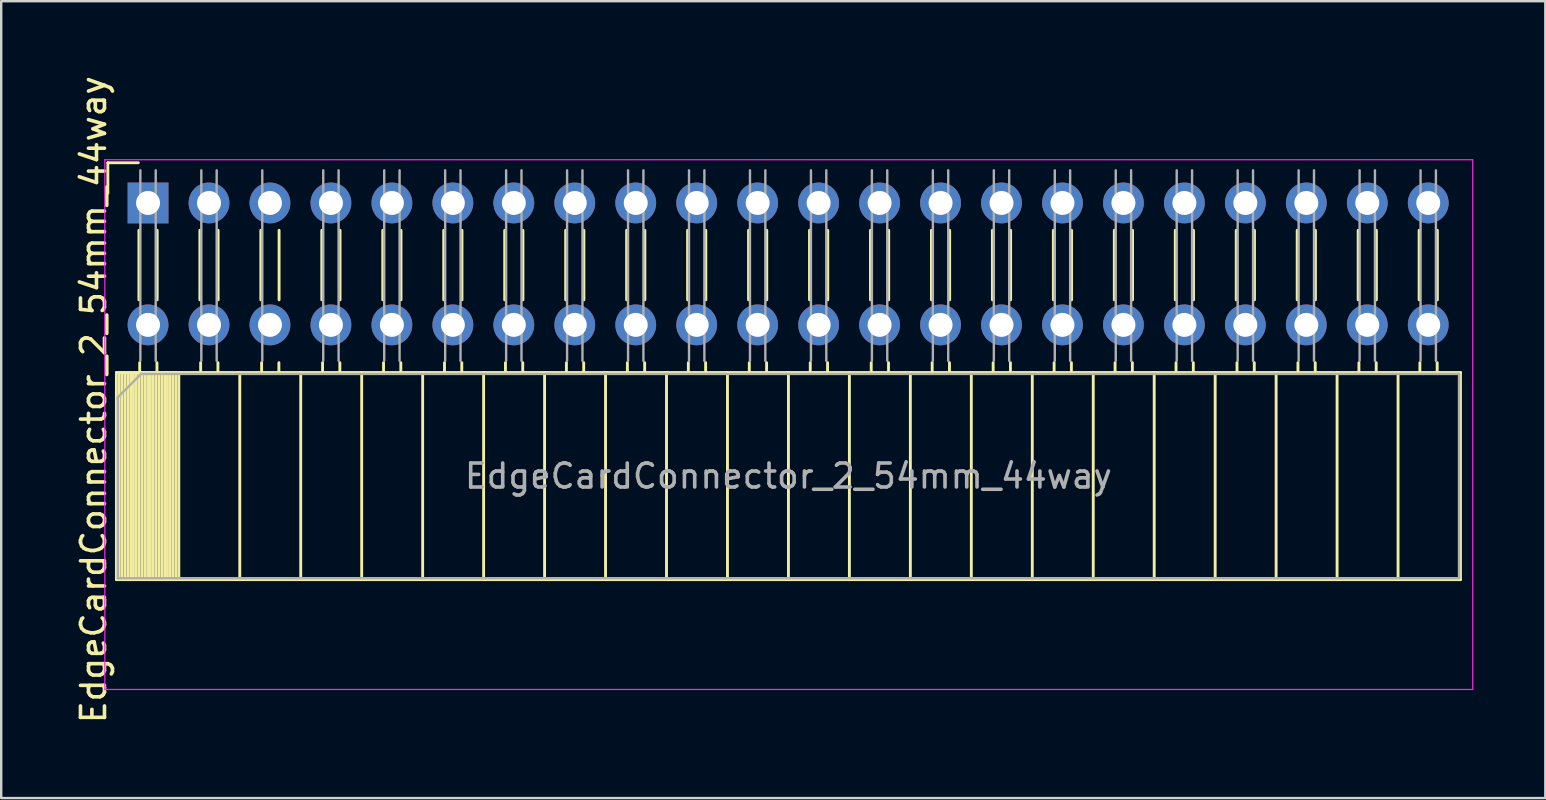
<source format=kicad_pcb>
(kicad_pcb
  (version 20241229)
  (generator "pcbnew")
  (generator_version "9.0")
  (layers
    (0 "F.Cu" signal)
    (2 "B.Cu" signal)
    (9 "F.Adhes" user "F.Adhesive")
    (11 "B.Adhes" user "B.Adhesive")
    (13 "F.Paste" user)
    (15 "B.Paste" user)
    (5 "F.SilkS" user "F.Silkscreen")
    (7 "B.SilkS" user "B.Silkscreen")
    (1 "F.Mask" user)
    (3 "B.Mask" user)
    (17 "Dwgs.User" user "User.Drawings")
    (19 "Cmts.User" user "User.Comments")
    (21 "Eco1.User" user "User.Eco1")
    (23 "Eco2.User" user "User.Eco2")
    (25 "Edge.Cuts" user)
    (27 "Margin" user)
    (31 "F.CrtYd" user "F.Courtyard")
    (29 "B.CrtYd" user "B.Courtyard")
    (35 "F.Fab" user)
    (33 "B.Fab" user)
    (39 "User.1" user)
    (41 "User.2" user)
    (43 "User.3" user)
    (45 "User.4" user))
  (footprint "EdgeCardConnector_2_54mm_44way"
    (layer "F.Cu")
    (at 33.661 18.312)
    (property "Reference" "EdgeCardConnector_2_54mm_44way" (at -32.813 -4.711 270) (layer "F.SilkS") (effects (font (size 1 1) (thickness 0.15))))
    (attr through_hole)
    (fp_line (start -32.218 -14.581) (end -32.218 -13.311) (stroke (width 0.12) (type solid)) (layer "F.SilkS"))
    (fp_line (start -31.861 -5.842) (end 24.139 -5.842) (stroke (width 0.12) (type solid)) (layer "F.SilkS"))
    (fp_line (start -31.861 2.788) (end -31.861 -5.842) (stroke (width 0.12) (type solid)) (layer "F.SilkS"))
    (fp_line (start -31.861 2.788) (end 24.139 2.788) (stroke (width 0.12) (type solid)) (layer "F.SilkS"))
    (fp_line (start -31.741 2.788) (end -31.741 -5.842) (stroke (width 0.12) (type solid)) (layer "F.SilkS"))
    (fp_line (start -31.623 2.788) (end -31.623 -5.842) (stroke (width 0.12) (type solid)) (layer "F.SilkS"))
    (fp_line (start -31.505 2.788) (end -31.505 -5.842) (stroke (width 0.12) (type solid)) (layer "F.SilkS"))
    (fp_line (start -31.387 2.788) (end -31.387 -5.842) (stroke (width 0.12) (type solid)) (layer "F.SilkS"))
    (fp_line (start -31.268 2.788) (end -31.268 -5.842) (stroke (width 0.12) (type solid)) (layer "F.SilkS"))
    (fp_line (start -31.15 2.788) (end -31.15 -5.842) (stroke (width 0.12) (type solid)) (layer "F.SilkS"))
    (fp_line (start -31.032 2.788) (end -31.032 -5.842) (stroke (width 0.12) (type solid)) (layer "F.SilkS"))
    (fp_line (start -30.948 -14.581) (end -32.218 -14.581) (stroke (width 0.12) (type solid)) (layer "F.SilkS"))
    (fp_line (start -30.923 -11.766) (end -30.923 -8.869) (stroke (width 0.12) (type solid)) (layer "F.SilkS"))
    (fp_line (start -30.914 2.788) (end -30.914 -5.842) (stroke (width 0.12) (type solid)) (layer "F.SilkS"))
    (fp_line (start -30.891 -5.842) (end -30.891 -6.252) (stroke (width 0.12) (type solid)) (layer "F.SilkS"))
    (fp_line (start -30.796 2.788) (end -30.796 -5.842) (stroke (width 0.12) (type solid)) (layer "F.SilkS"))
    (fp_line (start -30.678 2.788) (end -30.678 -5.842) (stroke (width 0.12) (type solid)) (layer "F.SilkS"))
    (fp_line (start -30.56 2.788) (end -30.56 -5.842) (stroke (width 0.12) (type solid)) (layer "F.SilkS"))
    (fp_line (start -30.442 2.788) (end -30.442 -5.842) (stroke (width 0.12) (type solid)) (layer "F.SilkS"))
    (fp_line (start -30.324 2.788) (end -30.324 -5.842) (stroke (width 0.12) (type solid)) (layer "F.SilkS"))
    (fp_line (start -30.206 2.788) (end -30.206 -5.842) (stroke (width 0.12) (type solid)) (layer "F.SilkS"))
    (fp_line (start -30.171 -5.842) (end -30.171 -6.252) (stroke (width 0.12) (type solid)) (layer "F.SilkS"))
    (fp_line (start -30.163 -11.766) (end -30.163 -8.869) (stroke (width 0.12) (type solid)) (layer "F.SilkS"))
    (fp_line (start -30.087 2.788) (end -30.087 -5.842) (stroke (width 0.12) (type solid)) (layer "F.SilkS"))
    (fp_line (start -29.969 2.788) (end -29.969 -5.842) (stroke (width 0.12) (type solid)) (layer "F.SilkS"))
    (fp_line (start -29.851 2.788) (end -29.851 -5.842) (stroke (width 0.12) (type solid)) (layer "F.SilkS"))
    (fp_line (start -29.733 2.788) (end -29.733 -5.842) (stroke (width 0.12) (type solid)) (layer "F.SilkS"))
    (fp_line (start -29.615 2.788) (end -29.615 -5.842) (stroke (width 0.12) (type solid)) (layer "F.SilkS"))
    (fp_line (start -29.497 2.788) (end -29.497 -5.842) (stroke (width 0.12) (type solid)) (layer "F.SilkS"))
    (fp_line (start -29.379 2.788) (end -29.379 -5.842) (stroke (width 0.12) (type solid)) (layer "F.SilkS"))
    (fp_line (start -29.261 2.788) (end -29.261 -5.842) (stroke (width 0.12) (type solid)) (layer "F.SilkS"))
    (fp_line (start -28.383 -11.766) (end -28.383 -8.869) (stroke (width 0.12) (type solid)) (layer "F.SilkS"))
    (fp_line (start -28.351 -5.842) (end -28.351 -6.252) (stroke (width 0.12) (type solid)) (layer "F.SilkS"))
    (fp_line (start -27.631 -5.842) (end -27.631 -6.252) (stroke (width 0.12) (type solid)) (layer "F.SilkS"))
    (fp_line (start -27.623 -11.766) (end -27.623 -8.869) (stroke (width 0.12) (type solid)) (layer "F.SilkS"))
    (fp_line (start -26.721 2.788) (end -26.721 -5.842) (stroke (width 0.12) (type solid)) (layer "F.SilkS"))
    (fp_line (start -25.843 -11.766) (end -25.843 -8.869) (stroke (width 0.12) (type solid)) (layer "F.SilkS"))
    (fp_line (start -25.811 -5.842) (end -25.811 -6.252) (stroke (width 0.12) (type solid)) (layer "F.SilkS"))
    (fp_line (start -25.091 -5.842) (end -25.091 -6.252) (stroke (width 0.12) (type solid)) (layer "F.SilkS"))
    (fp_line (start -25.083 -11.766) (end -25.083 -8.869) (stroke (width 0.12) (type solid)) (layer "F.SilkS"))
    (fp_line (start -24.181 2.788) (end -24.181 -5.842) (stroke (width 0.12) (type solid)) (layer "F.SilkS"))
    (fp_line (start -23.303 -11.766) (end -23.303 -8.869) (stroke (width 0.12) (type solid)) (layer "F.SilkS"))
    (fp_line (start -23.271 -5.842) (end -23.271 -6.252) (stroke (width 0.12) (type solid)) (layer "F.SilkS"))
    (fp_line (start -22.551 -5.842) (end -22.551 -6.252) (stroke (width 0.12) (type solid)) (layer "F.SilkS"))
    (fp_line (start -22.543 -11.766) (end -22.543 -8.869) (stroke (width 0.12) (type solid)) (layer "F.SilkS"))
    (fp_line (start -21.641 2.788) (end -21.641 -5.842) (stroke (width 0.12) (type solid)) (layer "F.SilkS"))
    (fp_line (start -20.763 -11.766) (end -20.763 -8.869) (stroke (width 0.12) (type solid)) (layer "F.SilkS"))
    (fp_line (start -20.731 -5.842) (end -20.731 -6.252) (stroke (width 0.12) (type solid)) (layer "F.SilkS"))
    (fp_line (start -20.011 -5.842) (end -20.011 -6.252) (stroke (width 0.12) (type solid)) (layer "F.SilkS"))
    (fp_line (start -20.003 -11.766) (end -20.003 -8.869) (stroke (width 0.12) (type solid)) (layer "F.SilkS"))
    (fp_line (start -19.101 2.788) (end -19.101 -5.842) (stroke (width 0.12) (type solid)) (layer "F.SilkS"))
    (fp_line (start -18.223 -11.766) (end -18.223 -8.869) (stroke (width 0.12) (type solid)) (layer "F.SilkS"))
    (fp_line (start -18.191 -5.842) (end -18.191 -6.252) (stroke (width 0.12) (type solid)) (layer "F.SilkS"))
    (fp_line (start -17.471 -5.842) (end -17.471 -6.252) (stroke (width 0.12) (type solid)) (layer "F.SilkS"))
    (fp_line (start -17.463 -11.766) (end -17.463 -8.869) (stroke (width 0.12) (type solid)) (layer "F.SilkS"))
    (fp_line (start -16.561 2.788) (end -16.561 -5.842) (stroke (width 0.12) (type solid)) (layer "F.SilkS"))
    (fp_line (start -15.683 -11.766) (end -15.683 -8.869) (stroke (width 0.12) (type solid)) (layer "F.SilkS"))
    (fp_line (start -15.651 -5.842) (end -15.651 -6.252) (stroke (width 0.12) (type solid)) (layer "F.SilkS"))
    (fp_line (start -14.931 -5.842) (end -14.931 -6.252) (stroke (width 0.12) (type solid)) (layer "F.SilkS"))
    (fp_line (start -14.923 -11.766) (end -14.923 -8.869) (stroke (width 0.12) (type solid)) (layer "F.SilkS"))
    (fp_line (start -14.021 2.788) (end -14.021 -5.842) (stroke (width 0.12) (type solid)) (layer "F.SilkS"))
    (fp_line (start -13.143 -11.766) (end -13.143 -8.869) (stroke (width 0.12) (type solid)) (layer "F.SilkS"))
    (fp_line (start -13.111 -5.842) (end -13.111 -6.252) (stroke (width 0.12) (type solid)) (layer "F.SilkS"))
    (fp_line (start -12.391 -5.842) (end -12.391 -6.252) (stroke (width 0.12) (type solid)) (layer "F.SilkS"))
    (fp_line (start -12.383 -11.766) (end -12.383 -8.869) (stroke (width 0.12) (type solid)) (layer "F.SilkS"))
    (fp_line (start -11.481 2.788) (end -11.481 -5.842) (stroke (width 0.12) (type solid)) (layer "F.SilkS"))
    (fp_line (start -10.603 -11.766) (end -10.603 -8.869) (stroke (width 0.12) (type solid)) (layer "F.SilkS"))
    (fp_line (start -10.571 -5.842) (end -10.571 -6.252) (stroke (width 0.12) (type solid)) (layer "F.SilkS"))
    (fp_line (start -9.851 -5.842) (end -9.851 -6.252) (stroke (width 0.12) (type solid)) (layer "F.SilkS"))
    (fp_line (start -9.843 -11.766) (end -9.843 -8.869) (stroke (width 0.12) (type solid)) (layer "F.SilkS"))
    (fp_line (start -8.941 2.788) (end -8.941 -5.842) (stroke (width 0.12) (type solid)) (layer "F.SilkS"))
    (fp_line (start -8.063 -11.766) (end -8.063 -8.869) (stroke (width 0.12) (type solid)) (layer "F.SilkS"))
    (fp_line (start -8.031 -5.842) (end -8.031 -6.252) (stroke (width 0.12) (type solid)) (layer "F.SilkS"))
    (fp_line (start -7.311 -5.842) (end -7.311 -6.252) (stroke (width 0.12) (type solid)) (layer "F.SilkS"))
    (fp_line (start -7.303 -11.766) (end -7.303 -8.869) (stroke (width 0.12) (type solid)) (layer "F.SilkS"))
    (fp_line (start -6.401 2.788) (end -6.401 -5.842) (stroke (width 0.12) (type solid)) (layer "F.SilkS"))
    (fp_line (start -5.523 -11.766) (end -5.523 -8.869) (stroke (width 0.12) (type solid)) (layer "F.SilkS"))
    (fp_line (start -5.491 -5.842) (end -5.491 -6.252) (stroke (width 0.12) (type solid)) (layer "F.SilkS"))
    (fp_line (start -4.771 -5.842) (end -4.771 -6.252) (stroke (width 0.12) (type solid)) (layer "F.SilkS"))
    (fp_line (start -4.763 -11.766) (end -4.763 -8.869) (stroke (width 0.12) (type solid)) (layer "F.SilkS"))
    (fp_line (start -3.861 2.788) (end -3.861 -5.842) (stroke (width 0.12) (type solid)) (layer "F.SilkS"))
    (fp_line (start -2.983 -11.766) (end -2.983 -8.869) (stroke (width 0.12) (type solid)) (layer "F.SilkS"))
    (fp_line (start -2.951 -5.842) (end -2.951 -6.252) (stroke (width 0.12) (type solid)) (layer "F.SilkS"))
    (fp_line (start -2.231 -5.842) (end -2.231 -6.252) (stroke (width 0.12) (type solid)) (layer "F.SilkS"))
    (fp_line (start -2.223 -11.766) (end -2.223 -8.869) (stroke (width 0.12) (type solid)) (layer "F.SilkS"))
    (fp_line (start -1.321 2.788) (end -1.321 -5.842) (stroke (width 0.12) (type solid)) (layer "F.SilkS"))
    (fp_line (start -0.443 -11.766) (end -0.443 -8.869) (stroke (width 0.12) (type solid)) (layer "F.SilkS"))
    (fp_line (start -0.411 -5.842) (end -0.411 -6.252) (stroke (width 0.12) (type solid)) (layer "F.SilkS"))
    (fp_line (start 0.309 -5.842) (end 0.309 -6.252) (stroke (width 0.12) (type solid)) (layer "F.SilkS"))
    (fp_line (start 0.317 -11.766) (end 0.317 -8.869) (stroke (width 0.12) (type solid)) (layer "F.SilkS"))
    (fp_line (start 1.219 2.788) (end 1.219 -5.842) (stroke (width 0.12) (type solid)) (layer "F.SilkS"))
    (fp_line (start 2.097 -11.766) (end 2.097 -8.869) (stroke (width 0.12) (type solid)) (layer "F.SilkS"))
    (fp_line (start 2.129 -5.842) (end 2.129 -6.252) (stroke (width 0.12) (type solid)) (layer "F.SilkS"))
    (fp_line (start 2.849 -5.842) (end 2.849 -6.252) (stroke (width 0.12) (type solid)) (layer "F.SilkS"))
    (fp_line (start 2.857 -11.766) (end 2.857 -8.869) (stroke (width 0.12) (type solid)) (layer "F.SilkS"))
    (fp_line (start 3.759 2.788) (end 3.759 -5.842) (stroke (width 0.12) (type solid)) (layer "F.SilkS"))
    (fp_line (start 4.637 -11.766) (end 4.637 -8.869) (stroke (width 0.12) (type solid)) (layer "F.SilkS"))
    (fp_line (start 4.669 -5.842) (end 4.669 -6.252) (stroke (width 0.12) (type solid)) (layer "F.SilkS"))
    (fp_line (start 5.389 -5.842) (end 5.389 -6.252) (stroke (width 0.12) (type solid)) (layer "F.SilkS"))
    (fp_line (start 5.397 -11.766) (end 5.397 -8.869) (stroke (width 0.12) (type solid)) (layer "F.SilkS"))
    (fp_line (start 6.299 2.788) (end 6.299 -5.842) (stroke (width 0.12) (type solid)) (layer "F.SilkS"))
    (fp_line (start 7.177 -11.766) (end 7.177 -8.869) (stroke (width 0.12) (type solid)) (layer "F.SilkS"))
    (fp_line (start 7.209 -5.842) (end 7.209 -6.252) (stroke (width 0.12) (type solid)) (layer "F.SilkS"))
    (fp_line (start 7.929 -5.842) (end 7.929 -6.252) (stroke (width 0.12) (type solid)) (layer "F.SilkS"))
    (fp_line (start 7.937 -11.766) (end 7.937 -8.869) (stroke (width 0.12) (type solid)) (layer "F.SilkS"))
    (fp_line (start 8.839 2.788) (end 8.839 -5.842) (stroke (width 0.12) (type solid)) (layer "F.SilkS"))
    (fp_line (start 9.717 -11.766) (end 9.717 -8.869) (stroke (width 0.12) (type solid)) (layer "F.SilkS"))
    (fp_line (start 9.749 -5.842) (end 9.749 -6.252) (stroke (width 0.12) (type solid)) (layer "F.SilkS"))
    (fp_line (start 10.469 -5.842) (end 10.469 -6.252) (stroke (width 0.12) (type solid)) (layer "F.SilkS"))
    (fp_line (start 10.477 -11.766) (end 10.477 -8.869) (stroke (width 0.12) (type solid)) (layer "F.SilkS"))
    (fp_line (start 11.379 2.788) (end 11.379 -5.842) (stroke (width 0.12) (type solid)) (layer "F.SilkS"))
    (fp_line (start 12.257 -11.766) (end 12.257 -8.869) (stroke (width 0.12) (type solid)) (layer "F.SilkS"))
    (fp_line (start 12.289 -5.842) (end 12.289 -6.252) (stroke (width 0.12) (type solid)) (layer "F.SilkS"))
    (fp_line (start 13.009 -5.842) (end 13.009 -6.252) (stroke (width 0.12) (type solid)) (layer "F.SilkS"))
    (fp_line (start 13.017 -11.766) (end 13.017 -8.869) (stroke (width 0.12) (type solid)) (layer "F.SilkS"))
    (fp_line (start 13.919 2.788) (end 13.919 -5.842) (stroke (width 0.12) (type solid)) (layer "F.SilkS"))
    (fp_line (start 14.797 -11.766) (end 14.797 -8.869) (stroke (width 0.12) (type solid)) (layer "F.SilkS"))
    (fp_line (start 14.829 -5.842) (end 14.829 -6.252) (stroke (width 0.12) (type solid)) (layer "F.SilkS"))
    (fp_line (start 15.549 -5.842) (end 15.549 -6.252) (stroke (width 0.12) (type solid)) (layer "F.SilkS"))
    (fp_line (start 15.557 -11.766) (end 15.557 -8.869) (stroke (width 0.12) (type solid)) (layer "F.SilkS"))
    (fp_line (start 16.459 2.788) (end 16.459 -5.842) (stroke (width 0.12) (type solid)) (layer "F.SilkS"))
    (fp_line (start 17.337 -11.766) (end 17.337 -8.869) (stroke (width 0.12) (type solid)) (layer "F.SilkS"))
    (fp_line (start 17.369 -5.842) (end 17.369 -6.252) (stroke (width 0.12) (type solid)) (layer "F.SilkS"))
    (fp_line (start 18.089 -5.842) (end 18.089 -6.252) (stroke (width 0.12) (type solid)) (layer "F.SilkS"))
    (fp_line (start 18.097 -11.766) (end 18.097 -8.869) (stroke (width 0.12) (type solid)) (layer "F.SilkS"))
    (fp_line (start 18.999 2.788) (end 18.999 -5.842) (stroke (width 0.12) (type solid)) (layer "F.SilkS"))
    (fp_line (start 19.877 -11.766) (end 19.877 -8.869) (stroke (width 0.12) (type solid)) (layer "F.SilkS"))
    (fp_line (start 19.909 -5.842) (end 19.909 -6.252) (stroke (width 0.12) (type solid)) (layer "F.SilkS"))
    (fp_line (start 20.629 -5.842) (end 20.629 -6.252) (stroke (width 0.12) (type solid)) (layer "F.SilkS"))
    (fp_line (start 20.637 -11.766) (end 20.637 -8.869) (stroke (width 0.12) (type solid)) (layer "F.SilkS"))
    (fp_line (start 21.539 2.788) (end 21.539 -5.842) (stroke (width 0.12) (type solid)) (layer "F.SilkS"))
    (fp_line (start 22.417 -11.766) (end 22.417 -8.869) (stroke (width 0.12) (type solid)) (layer "F.SilkS"))
    (fp_line (start 22.449 -5.842) (end 22.449 -6.252) (stroke (width 0.12) (type solid)) (layer "F.SilkS"))
    (fp_line (start 23.169 -5.842) (end 23.169 -6.252) (stroke (width 0.12) (type solid)) (layer "F.SilkS"))
    (fp_line (start 23.177 -11.766) (end 23.177 -8.869) (stroke (width 0.12) (type solid)) (layer "F.SilkS"))
    (fp_line (start 24.139 2.788) (end 24.139 -5.842) (stroke (width 0.12) (type solid)) (layer "F.SilkS"))
    (fp_line (start -32.343 -14.706) (end 24.65 -14.706) (stroke (width 0.05) (type solid)) (layer "F.CrtYd"))
    (fp_line (start -32.343 7.366) (end -32.343 -14.706) (stroke (width 0.05) (type solid)) (layer "F.CrtYd"))
    (fp_line (start 24.65 -14.706) (end 24.65 7.366) (stroke (width 0.05) (type solid)) (layer "F.CrtYd"))
    (fp_line (start 24.65 7.366) (end -32.343 7.366) (stroke (width 0.05) (type solid)) (layer "F.CrtYd"))
    (fp_line (start -31.801 -4.812) (end -30.831 -5.782) (stroke (width 0.1) (type solid)) (layer "F.Fab"))
    (fp_line (start -31.801 2.728) (end -31.801 -4.812) (stroke (width 0.1) (type solid)) (layer "F.Fab"))
    (fp_line (start -30.863 -14.266) (end -30.863 -6.326) (stroke (width 0.1) (type solid)) (layer "F.Fab"))
    (fp_line (start -30.863 -13.226) (end -30.223 -13.226) (stroke (width 0.1) (type solid)) (layer "F.Fab"))
    (fp_line (start -30.831 -5.782) (end 24.079 -5.782) (stroke (width 0.1) (type solid)) (layer "F.Fab"))
    (fp_line (start -30.223 -14.266) (end -30.223 -6.326) (stroke (width 0.1) (type solid)) (layer "F.Fab"))
    (fp_line (start -28.323 -14.266) (end -28.323 -6.326) (stroke (width 0.1) (type solid)) (layer "F.Fab"))
    (fp_line (start -28.323 -13.226) (end -27.683 -13.226) (stroke (width 0.1) (type solid)) (layer "F.Fab"))
    (fp_line (start -27.683 -14.266) (end -27.683 -6.326) (stroke (width 0.1) (type solid)) (layer "F.Fab"))
    (fp_line (start -25.783 -14.266) (end -25.783 -6.326) (stroke (width 0.1) (type solid)) (layer "F.Fab"))
    (fp_line (start -25.783 -13.226) (end -25.143 -13.226) (stroke (width 0.1) (type solid)) (layer "F.Fab"))
    (fp_line (start -23.243 -14.266) (end -23.243 -6.326) (stroke (width 0.1) (type solid)) (layer "F.Fab"))
    (fp_line (start -23.243 -13.226) (end -22.603 -13.226) (stroke (width 0.1) (type solid)) (layer "F.Fab"))
    (fp_line (start -22.603 -14.266) (end -22.603 -6.326) (stroke (width 0.1) (type solid)) (layer "F.Fab"))
    (fp_line (start -20.703 -14.266) (end -20.703 -6.326) (stroke (width 0.1) (type solid)) (layer "F.Fab"))
    (fp_line (start -20.703 -13.226) (end -20.063 -13.226) (stroke (width 0.1) (type solid)) (layer "F.Fab"))
    (fp_line (start -20.063 -14.266) (end -20.063 -6.326) (stroke (width 0.1) (type solid)) (layer "F.Fab"))
    (fp_line (start -18.163 -14.266) (end -18.163 -6.326) (stroke (width 0.1) (type solid)) (layer "F.Fab"))
    (fp_line (start -18.163 -13.226) (end -17.523 -13.226) (stroke (width 0.1) (type solid)) (layer "F.Fab"))
    (fp_line (start -17.523 -14.266) (end -17.523 -6.326) (stroke (width 0.1) (type solid)) (layer "F.Fab"))
    (fp_line (start -15.623 -14.266) (end -15.623 -6.326) (stroke (width 0.1) (type solid)) (layer "F.Fab"))
    (fp_line (start -15.623 -13.226) (end -14.983 -13.226) (stroke (width 0.1) (type solid)) (layer "F.Fab"))
    (fp_line (start -14.983 -14.266) (end -14.983 -6.326) (stroke (width 0.1) (type solid)) (layer "F.Fab"))
    (fp_line (start -13.083 -14.266) (end -13.083 -6.326) (stroke (width 0.1) (type solid)) (layer "F.Fab"))
    (fp_line (start -13.083 -13.226) (end -12.443 -13.226) (stroke (width 0.1) (type solid)) (layer "F.Fab"))
    (fp_line (start -12.443 -14.266) (end -12.443 -6.326) (stroke (width 0.1) (type solid)) (layer "F.Fab"))
    (fp_line (start -10.543 -14.266) (end -10.543 -6.326) (stroke (width 0.1) (type solid)) (layer "F.Fab"))
    (fp_line (start -10.543 -13.226) (end -9.903 -13.226) (stroke (width 0.1) (type solid)) (layer "F.Fab"))
    (fp_line (start -9.903 -14.266) (end -9.903 -6.326) (stroke (width 0.1) (type solid)) (layer "F.Fab"))
    (fp_line (start -8.003 -14.266) (end -8.003 -6.326) (stroke (width 0.1) (type solid)) (layer "F.Fab"))
    (fp_line (start -8.003 -13.226) (end -7.363 -13.226) (stroke (width 0.1) (type solid)) (layer "F.Fab"))
    (fp_line (start -7.363 -14.266) (end -7.363 -6.326) (stroke (width 0.1) (type solid)) (layer "F.Fab"))
    (fp_line (start -5.463 -14.266) (end -5.463 -6.326) (stroke (width 0.1) (type solid)) (layer "F.Fab"))
    (fp_line (start -5.463 -13.226) (end -4.823 -13.226) (stroke (width 0.1) (type solid)) (layer "F.Fab"))
    (fp_line (start -4.823 -14.266) (end -4.823 -6.326) (stroke (width 0.1) (type solid)) (layer "F.Fab"))
    (fp_line (start -2.923 -14.266) (end -2.923 -6.326) (stroke (width 0.1) (type solid)) (layer "F.Fab"))
    (fp_line (start -2.923 -13.226) (end -2.283 -13.226) (stroke (width 0.1) (type solid)) (layer "F.Fab"))
    (fp_line (start -2.283 -14.266) (end -2.283 -6.326) (stroke (width 0.1) (type solid)) (layer "F.Fab"))
    (fp_line (start -0.383 -14.266) (end -0.383 -6.326) (stroke (width 0.1) (type solid)) (layer "F.Fab"))
    (fp_line (start -0.383 -13.226) (end 0.257 -13.226) (stroke (width 0.1) (type solid)) (layer "F.Fab"))
    (fp_line (start 0.257 -14.266) (end 0.257 -6.326) (stroke (width 0.1) (type solid)) (layer "F.Fab"))
    (fp_line (start 2.157 -14.266) (end 2.157 -6.326) (stroke (width 0.1) (type solid)) (layer "F.Fab"))
    (fp_line (start 2.157 -13.226) (end 2.797 -13.226) (stroke (width 0.1) (type solid)) (layer "F.Fab"))
    (fp_line (start 2.797 -14.266) (end 2.797 -6.326) (stroke (width 0.1) (type solid)) (layer "F.Fab"))
    (fp_line (start 4.697 -14.266) (end 4.697 -6.326) (stroke (width 0.1) (type solid)) (layer "F.Fab"))
    (fp_line (start 4.697 -13.226) (end 5.337 -13.226) (stroke (width 0.1) (type solid)) (layer "F.Fab"))
    (fp_line (start 5.337 -14.266) (end 5.337 -6.326) (stroke (width 0.1) (type solid)) (layer "F.Fab"))
    (fp_line (start 7.237 -14.266) (end 7.237 -6.326) (stroke (width 0.1) (type solid)) (layer "F.Fab"))
    (fp_line (start 7.237 -13.226) (end 7.877 -13.226) (stroke (width 0.1) (type solid)) (layer "F.Fab"))
    (fp_line (start 7.877 -14.266) (end 7.877 -6.326) (stroke (width 0.1) (type solid)) (layer "F.Fab"))
    (fp_line (start 9.777 -14.266) (end 9.777 -6.326) (stroke (width 0.1) (type solid)) (layer "F.Fab"))
    (fp_line (start 9.777 -13.226) (end 10.417 -13.226) (stroke (width 0.1) (type solid)) (layer "F.Fab"))
    (fp_line (start 10.417 -14.266) (end 10.417 -6.326) (stroke (width 0.1) (type solid)) (layer "F.Fab"))
    (fp_line (start 12.317 -14.266) (end 12.317 -6.326) (stroke (width 0.1) (type solid)) (layer "F.Fab"))
    (fp_line (start 12.317 -13.226) (end 12.957 -13.226) (stroke (width 0.1) (type solid)) (layer "F.Fab"))
    (fp_line (start 12.957 -14.266) (end 12.957 -6.326) (stroke (width 0.1) (type solid)) (layer "F.Fab"))
    (fp_line (start 14.857 -14.266) (end 14.857 -6.326) (stroke (width 0.1) (type solid)) (layer "F.Fab"))
    (fp_line (start 14.857 -13.226) (end 15.497 -13.226) (stroke (width 0.1) (type solid)) (layer "F.Fab"))
    (fp_line (start 15.497 -14.266) (end 15.497 -6.326) (stroke (width 0.1) (type solid)) (layer "F.Fab"))
    (fp_line (start 17.397 -14.266) (end 17.397 -6.326) (stroke (width 0.1) (type solid)) (layer "F.Fab"))
    (fp_line (start 17.397 -13.226) (end 18.037 -13.226) (stroke (width 0.1) (type solid)) (layer "F.Fab"))
    (fp_line (start 18.037 -14.266) (end 18.037 -6.326) (stroke (width 0.1) (type solid)) (layer "F.Fab"))
    (fp_line (start 19.937 -14.266) (end 19.937 -6.326) (stroke (width 0.1) (type solid)) (layer "F.Fab"))
    (fp_line (start 19.937 -13.226) (end 20.577 -13.226) (stroke (width 0.1) (type solid)) (layer "F.Fab"))
    (fp_line (start 20.577 -14.266) (end 20.577 -6.326) (stroke (width 0.1) (type solid)) (layer "F.Fab"))
    (fp_line (start 22.477 -14.266) (end 22.477 -6.326) (stroke (width 0.1) (type solid)) (layer "F.Fab"))
    (fp_line (start 22.477 -13.226) (end 23.117 -13.226) (stroke (width 0.1) (type solid)) (layer "F.Fab"))
    (fp_line (start 23.117 -14.266) (end 23.117 -6.326) (stroke (width 0.1) (type solid)) (layer "F.Fab"))
    (fp_line (start 24.079 -5.782) (end 24.079 2.728) (stroke (width 0.1) (type solid)) (layer "F.Fab"))
    (fp_line (start 24.079 2.728) (end -31.801 2.728) (stroke (width 0.1) (type solid)) (layer "F.Fab"))
    (fp_text user "${REFERENCE}" (at -3.861 -1.527 180) (layer "F.Fab") (effects (font (size 1 1) (thickness 0.15))))
    (pad "1" thru_hole rect (at -30.543 -12.906 90) (size 1.7 1.7) (drill 1) (layers "*.Cu" "*.Mask"))
    (pad "2" thru_hole oval (at -30.543 -7.826 90) (size 1.7 1.7) (drill 1) (layers "*.Cu" "*.Mask"))
    (pad "3" thru_hole oval (at -28.003 -12.906 90) (size 1.7 1.7) (drill 1) (layers "*.Cu" "*.Mask"))
    (pad "4" thru_hole oval (at -28.003 -7.826 90) (size 1.7 1.7) (drill 1) (layers "*.Cu" "*.Mask"))
    (pad "5" thru_hole oval (at -25.463 -12.906 90) (size 1.7 1.7) (drill 1) (layers "*.Cu" "*.Mask"))
    (pad "6" thru_hole oval (at -25.463 -7.826 90) (size 1.7 1.7) (drill 1) (layers "*.Cu" "*.Mask"))
    (pad "7" thru_hole oval (at -22.923 -12.906 90) (size 1.7 1.7) (drill 1) (layers "*.Cu" "*.Mask"))
    (pad "8" thru_hole oval (at -22.923 -7.826 90) (size 1.7 1.7) (drill 1) (layers "*.Cu" "*.Mask"))
    (pad "9" thru_hole oval (at -20.383 -12.906 90) (size 1.7 1.7) (drill 1) (layers "*.Cu" "*.Mask"))
    (pad "10" thru_hole oval (at -20.383 -7.826 90) (size 1.7 1.7) (drill 1) (layers "*.Cu" "*.Mask"))
    (pad "11" thru_hole oval (at -17.843 -12.906 90) (size 1.7 1.7) (drill 1) (layers "*.Cu" "*.Mask"))
    (pad "12" thru_hole oval (at -17.843 -7.826 90) (size 1.7 1.7) (drill 1) (layers "*.Cu" "*.Mask"))
    (pad "13" thru_hole oval (at -15.303 -12.906 90) (size 1.7 1.7) (drill 1) (layers "*.Cu" "*.Mask"))
    (pad "14" thru_hole oval (at -15.303 -7.826 90) (size 1.7 1.7) (drill 1) (layers "*.Cu" "*.Mask"))
    (pad "15" thru_hole oval (at -12.763 -12.906 90) (size 1.7 1.7) (drill 1) (layers "*.Cu" "*.Mask"))
    (pad "16" thru_hole oval (at -12.763 -7.826 90) (size 1.7 1.7) (drill 1) (layers "*.Cu" "*.Mask"))
    (pad "17" thru_hole oval (at -10.223 -12.906 90) (size 1.7 1.7) (drill 1) (layers "*.Cu" "*.Mask"))
    (pad "18" thru_hole oval (at -10.223 -7.826 90) (size 1.7 1.7) (drill 1) (layers "*.Cu" "*.Mask"))
    (pad "19" thru_hole oval (at -7.683 -12.906 90) (size 1.7 1.7) (drill 1) (layers "*.Cu" "*.Mask"))
    (pad "20" thru_hole oval (at -7.683 -7.826 90) (size 1.7 1.7) (drill 1) (layers "*.Cu" "*.Mask"))
    (pad "21" thru_hole oval (at -5.143 -12.906 90) (size 1.7 1.7) (drill 1) (layers "*.Cu" "*.Mask"))
    (pad "22" thru_hole oval (at -5.143 -7.826 90) (size 1.7 1.7) (drill 1) (layers "*.Cu" "*.Mask"))
    (pad "23" thru_hole oval (at -2.603 -12.906 90) (size 1.7 1.7) (drill 1) (layers "*.Cu" "*.Mask"))
    (pad "24" thru_hole oval (at -2.603 -7.826 90) (size 1.7 1.7) (drill 1) (layers "*.Cu" "*.Mask"))
    (pad "25" thru_hole oval (at -0.063 -12.906 90) (size 1.7 1.7) (drill 1) (layers "*.Cu" "*.Mask"))
    (pad "26" thru_hole oval (at -0.063 -7.826 90) (size 1.7 1.7) (drill 1) (layers "*.Cu" "*.Mask"))
    (pad "27" thru_hole oval (at 2.477 -12.906 90) (size 1.7 1.7) (drill 1) (layers "*.Cu" "*.Mask"))
    (pad "28" thru_hole oval (at 2.477 -7.826 90) (size 1.7 1.7) (drill 1) (layers "*.Cu" "*.Mask"))
    (pad "29" thru_hole oval (at 5.017 -12.906 90) (size 1.7 1.7) (drill 1) (layers "*.Cu" "*.Mask"))
    (pad "30" thru_hole oval (at 5.017 -7.826 90) (size 1.7 1.7) (drill 1) (layers "*.Cu" "*.Mask"))
    (pad "31" thru_hole oval (at 7.557 -12.906 90) (size 1.7 1.7) (drill 1) (layers "*.Cu" "*.Mask"))
    (pad "32" thru_hole oval (at 7.557 -7.826 90) (size 1.7 1.7) (drill 1) (layers "*.Cu" "*.Mask"))
    (pad "33" thru_hole oval (at 10.097 -12.906 90) (size 1.7 1.7) (drill 1) (layers "*.Cu" "*.Mask"))
    (pad "34" thru_hole oval (at 10.097 -7.826 90) (size 1.7 1.7) (drill 1) (layers "*.Cu" "*.Mask"))
    (pad "35" thru_hole oval (at 12.637 -12.906 90) (size 1.7 1.7) (drill 1) (layers "*.Cu" "*.Mask"))
    (pad "36" thru_hole oval (at 12.637 -7.826 90) (size 1.7 1.7) (drill 1) (layers "*.Cu" "*.Mask"))
    (pad "37" thru_hole oval (at 15.177 -12.906 90) (size 1.7 1.7) (drill 1) (layers "*.Cu" "*.Mask"))
    (pad "38" thru_hole oval (at 15.177 -7.826 90) (size 1.7 1.7) (drill 1) (layers "*.Cu" "*.Mask"))
    (pad "39" thru_hole oval (at 17.717 -12.906 90) (size 1.7 1.7) (drill 1) (layers "*.Cu" "*.Mask"))
    (pad "40" thru_hole oval (at 17.717 -7.826 90) (size 1.7 1.7) (drill 1) (layers "*.Cu" "*.Mask"))
    (pad "41" thru_hole oval (at 20.257 -12.906 90) (size 1.7 1.7) (drill 1) (layers "*.Cu" "*.Mask"))
    (pad "42" thru_hole oval (at 20.257 -7.826 90) (size 1.7 1.7) (drill 1) (layers "*.Cu" "*.Mask"))
    (pad "43" thru_hole oval (at 22.797 -12.906 90) (size 1.7 1.7) (drill 1) (layers "*.Cu" "*.Mask"))
    (pad "44" thru_hole oval (at 22.797 -7.826 90) (size 1.7 1.7) (drill 1) (layers "*.Cu" "*.Mask")))
  (gr_rect
    (start -3 -3)
    (end 61.336 30.202)
    (stroke (width 0.1) (type default))
    (fill no)
    (layer "Edge.Cuts")))
</source>
